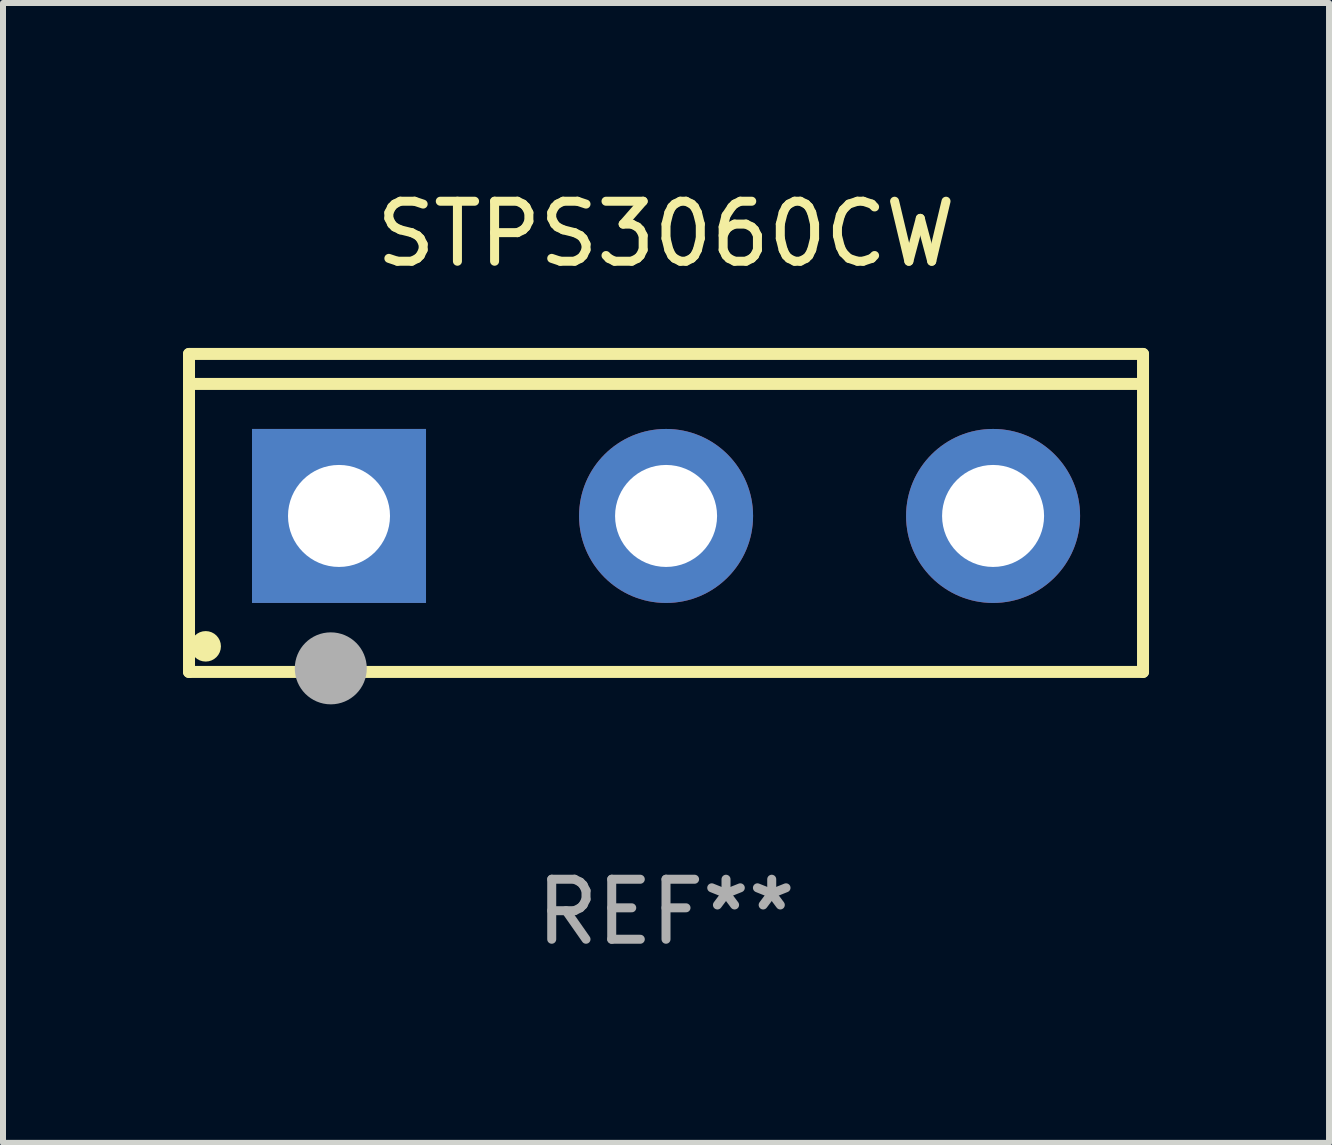
<source format=kicad_pcb>
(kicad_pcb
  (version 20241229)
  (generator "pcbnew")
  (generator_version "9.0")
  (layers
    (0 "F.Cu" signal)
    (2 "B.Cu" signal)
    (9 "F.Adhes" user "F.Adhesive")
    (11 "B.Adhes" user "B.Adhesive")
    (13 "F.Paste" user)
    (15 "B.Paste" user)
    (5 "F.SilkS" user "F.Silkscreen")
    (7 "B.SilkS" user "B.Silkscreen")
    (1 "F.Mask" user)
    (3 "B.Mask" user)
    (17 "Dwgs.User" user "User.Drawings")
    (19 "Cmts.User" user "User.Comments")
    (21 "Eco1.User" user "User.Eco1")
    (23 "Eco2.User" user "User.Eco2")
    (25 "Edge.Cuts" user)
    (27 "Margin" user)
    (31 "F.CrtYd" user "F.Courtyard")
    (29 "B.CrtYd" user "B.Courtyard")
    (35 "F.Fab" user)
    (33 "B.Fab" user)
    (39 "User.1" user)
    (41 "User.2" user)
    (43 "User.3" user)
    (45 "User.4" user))
  (footprint "STPS3060CW"
    (layer "F.Cu")
    (at 8.05 5.499)
    (property "Reference" "STPS3060CW" (at 0 -4.65 0) (layer "F.SilkS") (effects (font (size 1 1) (thickness 0.15))))
    (attr through_hole)
    (fp_line (start -7.95 -2.65) (end -7.95 2.65) (stroke (width 0.2) (type solid)) (layer "F.SilkS"))
    (fp_line (start -7.95 -2.15) (end 7.95 -2.15) (stroke (width 0.2) (type solid)) (layer "F.SilkS"))
    (fp_line (start -7.95 2.65) (end 7.95 2.65) (stroke (width 0.2) (type solid)) (layer "F.SilkS"))
    (fp_line (start 7.95 -2.65) (end -7.95 -2.65) (stroke (width 0.2) (type solid)) (layer "F.SilkS"))
    (fp_line (start 7.95 2.65) (end 7.95 -2.65) (stroke (width 0.2) (type solid)) (layer "F.SilkS"))
    (fp_circle (center -7.672 2.223) (end -7.545 2.223) (stroke (width 0.254) (type solid)) (fill no) (layer "F.SilkS"))
    (fp_circle (center -5.587 2.59) (end -5.287 2.59) (stroke (width 0.6) (type solid)) (fill no) (layer "F.Fab"))
    (fp_text user "REF**" (at 0 6.65 0) (layer "F.Fab") (effects (font (size 1 1) (thickness 0.15))))
    (pad "1" thru_hole rect (at -5.45 0.05) (size 2.9 2.9) (drill 1.7) (layers "*.Cu" "*.Mask"))
    (pad "2" thru_hole circle (at 0.001 0.05) (size 2.9 2.9) (drill 1.7) (layers "*.Cu" "*.Mask"))
    (pad "3" thru_hole circle (at 5.451 0.05) (size 2.9 2.9) (drill 1.7) (layers "*.Cu" "*.Mask")))
  (gr_rect
    (start -3 -3)
    (end 19.1 15.997)
    (stroke (width 0.1) (type default))
    (fill no)
    (layer "Edge.Cuts")))
</source>
